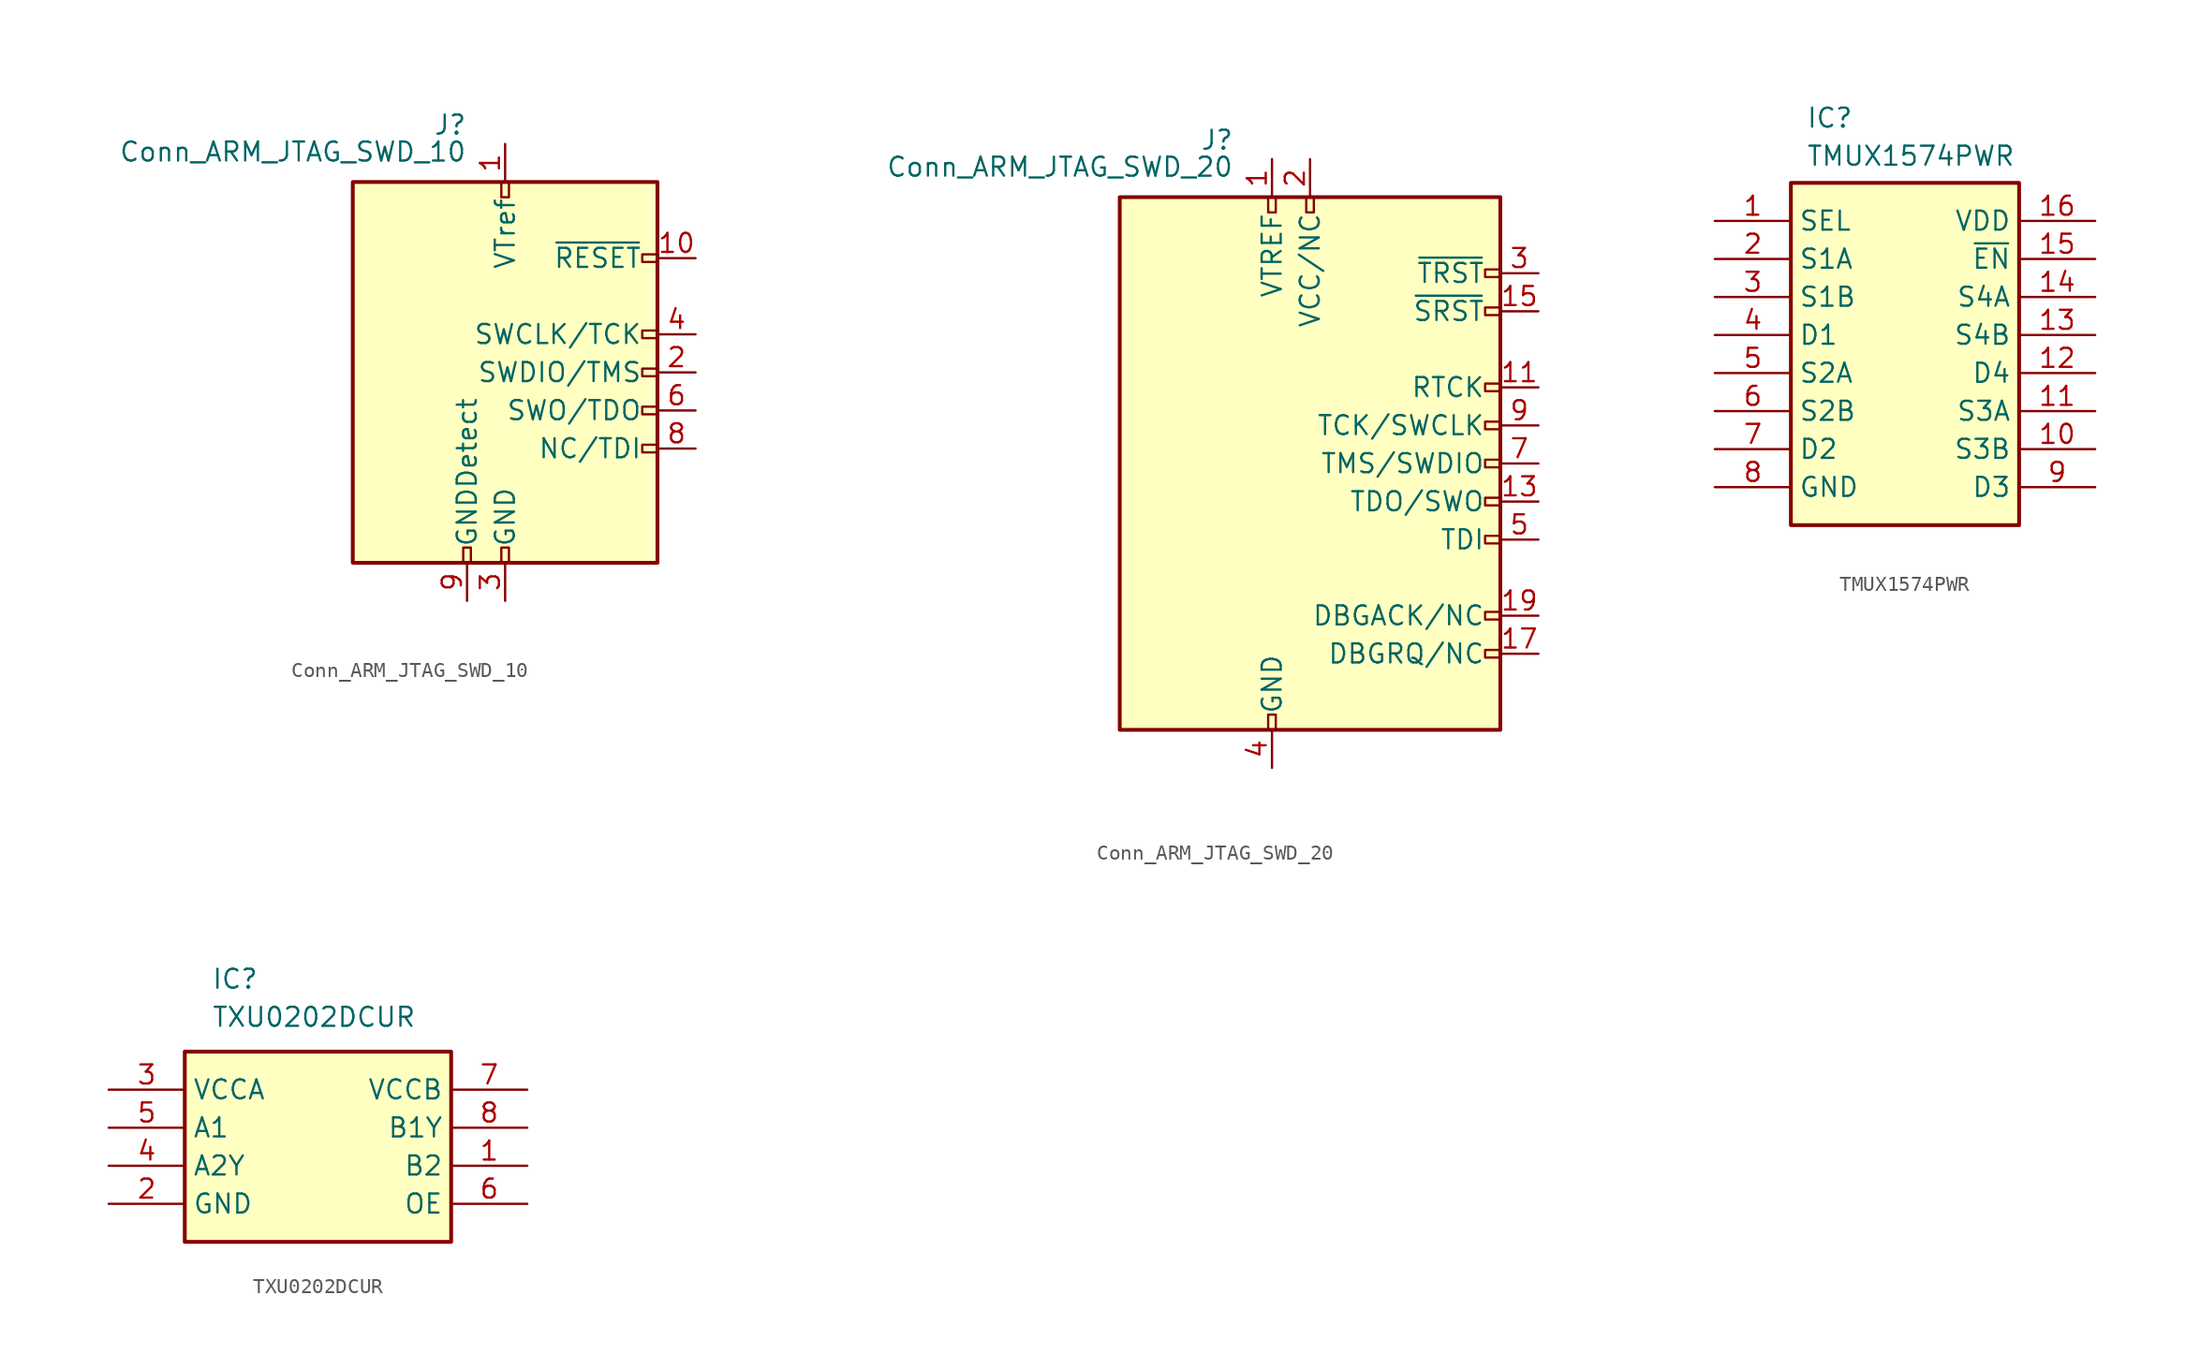
<source format=kicad_sym>
(kicad_symbol_lib
  (version 20241209)
  (generator "kicad_symbol_editor")
  (generator_version "9.0")
  (symbol "Conn_ARM_JTAG_SWD_10"
    (pin_names
      (offset 1.016))
    (property "Reference" "J"
      (at -2.54 16.51 0)
      (effects (font (size 1.27 1.27)) (justify right)))
    (property "Value" "Conn_ARM_JTAG_SWD_10"
      (at -2.54 13.97 0)
      (effects (font (size 1.27 1.27)) (justify right bottom)))
    (symbol "Conn_ARM_JTAG_SWD_10_0_1"
      (rectangle (start -10.16 12.7) (end 10.16 -12.7) (stroke (width 0.254) (type default)) (fill (type background)))
      (rectangle (start -2.794 -12.7) (end -2.286 -11.684) (stroke (width 0) (type default)) (fill (type none)))
      (rectangle (start -0.254 12.7) (end 0.254 11.684) (stroke (width 0) (type default)) (fill (type none)))
      (rectangle (start -0.254 -12.7) (end 0.254 -11.684) (stroke (width 0) (type default)) (fill (type none)))
      (rectangle (start 9.144 2.286) (end 10.16 2.794) (stroke (width 0) (type default)) (fill (type none)))
      (rectangle (start 10.16 7.874) (end 9.144 7.366) (stroke (width 0) (type default)) (fill (type none)))
      (rectangle (start 10.16 -0.254) (end 9.144 0.254) (stroke (width 0) (type default)) (fill (type none)))
      (rectangle (start 10.16 -2.794) (end 9.144 -2.286) (stroke (width 0) (type default)) (fill (type none))))
    (symbol "Conn_ARM_JTAG_SWD_10_1_1"
      (rectangle (start 9.144 -5.334) (end 10.16 -4.826) (stroke (width 0) (type default)) (fill (type none)))
      (pin no_connect line (at -10.16 0 0) (length 2.54) (hide yes) (name "KEY" (effects (font (size 1.27 1.27)))) (number "7" (effects (font (size 1.27 1.27)))))
      (pin passive line (at -2.54 -15.24 90) (length 2.54) (name "GNDDetect" (effects (font (size 1.27 1.27)))) (number "9" (effects (font (size 1.27 1.27)))))
      (pin power_in line (at 0 15.24 270) (length 2.54) (name "VTref" (effects (font (size 1.27 1.27)))) (number "1" (effects (font (size 1.27 1.27)))))
      (pin power_in line (at 0 -15.24 90) (length 2.54) (name "GND" (effects (font (size 1.27 1.27)))) (number "3" (effects (font (size 1.27 1.27)))))
      (pin passive line (at 0 -15.24 90) (length 2.54) (hide yes) (name "GND" (effects (font (size 1.27 1.27)))) (number "5" (effects (font (size 1.27 1.27)))))
      (pin open_collector line (at 12.7 7.62 180) (length 2.54) (name "~{RESET}" (effects (font (size 1.27 1.27)))) (number "10" (effects (font (size 1.27 1.27)))))
      (pin output line (at 12.7 2.54 180) (length 2.54) (name "SWCLK/TCK" (effects (font (size 1.27 1.27)))) (number "4" (effects (font (size 1.27 1.27)))))
      (pin bidirectional line (at 12.7 0 180) (length 2.54) (name "SWDIO/TMS" (effects (font (size 1.27 1.27)))) (number "2" (effects (font (size 1.27 1.27)))))
      (pin input line (at 12.7 -2.54 180) (length 2.54) (name "SWO/TDO" (effects (font (size 1.27 1.27)))) (number "6" (effects (font (size 1.27 1.27)))))
      (pin output line (at 12.7 -5.08 180) (length 2.54) (name "NC/TDI" (effects (font (size 1.27 1.27)))) (number "8" (effects (font (size 1.27 1.27)))))))
  (symbol "Conn_ARM_JTAG_SWD_20"
    (pin_names
      (offset 1.016))
    (property "Reference" "J"
      (at -5.08 21.59 0)
      (effects (font (size 1.27 1.27)) (justify right)))
    (property "Value" "Conn_ARM_JTAG_SWD_20"
      (at -5.08 19.05 0)
      (effects (font (size 1.27 1.27)) (justify right bottom)))
    (symbol "Conn_ARM_JTAG_SWD_20_0_1"
      (rectangle (start -12.7 17.78) (end 12.7 -17.78) (stroke (width 0.254) (type default)) (fill (type background)))
      (rectangle (start -2.794 17.78) (end -2.286 16.764) (stroke (width 0) (type default)) (fill (type none)))
      (rectangle (start -2.794 -17.78) (end -2.286 -16.764) (stroke (width 0) (type default)) (fill (type none)))
      (rectangle (start -0.254 17.78) (end 0.254 16.764) (stroke (width 0) (type default)) (fill (type none)))
      (rectangle (start 11.684 2.286) (end 12.7 2.794) (stroke (width 0) (type default)) (fill (type none)))
      (rectangle (start 12.7 12.954) (end 11.684 12.446) (stroke (width 0) (type default)) (fill (type none)))
      (rectangle (start 12.7 10.414) (end 11.684 9.906) (stroke (width 0) (type default)) (fill (type none)))
      (rectangle (start 12.7 4.826) (end 11.684 5.334) (stroke (width 0) (type default)) (fill (type none)))
      (rectangle (start 12.7 -0.254) (end 11.684 0.254) (stroke (width 0) (type default)) (fill (type none)))
      (rectangle (start 12.7 -2.794) (end 11.684 -2.286) (stroke (width 0) (type default)) (fill (type none)))
      (rectangle (start 12.7 -9.906) (end 11.684 -10.414) (stroke (width 0) (type default)) (fill (type none)))
      (rectangle (start 12.7 -12.446) (end 11.684 -12.954) (stroke (width 0) (type default)) (fill (type none))))
    (symbol "Conn_ARM_JTAG_SWD_20_1_1"
      (rectangle (start 11.684 -5.334) (end 12.7 -4.826) (stroke (width 0) (type default)) (fill (type none)))
      (pin power_in line (at -2.54 20.32 270) (length 2.54) (name "VTREF" (effects (font (size 1.27 1.27)))) (number "1" (effects (font (size 1.27 1.27)))))
      (pin passive line (at -2.54 -20.32 90) (length 2.54) (hide yes) (name "GND" (effects (font (size 1.27 1.27)))) (number "10" (effects (font (size 1.27 1.27)))))
      (pin passive line (at -2.54 -20.32 90) (length 2.54) (hide yes) (name "GND" (effects (font (size 1.27 1.27)))) (number "12" (effects (font (size 1.27 1.27)))))
      (pin passive line (at -2.54 -20.32 90) (length 2.54) (hide yes) (name "GND" (effects (font (size 1.27 1.27)))) (number "14" (effects (font (size 1.27 1.27)))))
      (pin passive line (at -2.54 -20.32 90) (length 2.54) (hide yes) (name "GND" (effects (font (size 1.27 1.27)))) (number "16" (effects (font (size 1.27 1.27)))))
      (pin passive line (at -2.54 -20.32 90) (length 2.54) (hide yes) (name "GND" (effects (font (size 1.27 1.27)))) (number "18" (effects (font (size 1.27 1.27)))))
      (pin passive line (at -2.54 -20.32 90) (length 2.54) (hide yes) (name "GND" (effects (font (size 1.27 1.27)))) (number "20" (effects (font (size 1.27 1.27)))))
      (pin power_in line (at -2.54 -20.32 90) (length 2.54) (name "GND" (effects (font (size 1.27 1.27)))) (number "4" (effects (font (size 1.27 1.27)))))
      (pin passive line (at -2.54 -20.32 90) (length 2.54) (hide yes) (name "GND" (effects (font (size 1.27 1.27)))) (number "6" (effects (font (size 1.27 1.27)))))
      (pin passive line (at -2.54 -20.32 90) (length 2.54) (hide yes) (name "GND" (effects (font (size 1.27 1.27)))) (number "8" (effects (font (size 1.27 1.27)))))
      (pin power_in line (at 0 20.32 270) (length 2.54) (name "VCC/NC" (effects (font (size 1.27 1.27)))) (number "2" (effects (font (size 1.27 1.27)))))
      (pin output line (at 15.24 12.7 180) (length 2.54) (name "~{TRST}" (effects (font (size 1.27 1.27)))) (number "3" (effects (font (size 1.27 1.27)))))
      (pin bidirectional line (at 15.24 10.16 180) (length 2.54) (name "~{SRST}" (effects (font (size 1.27 1.27)))) (number "15" (effects (font (size 1.27 1.27)))))
      (pin input line (at 15.24 5.08 180) (length 2.54) (name "RTCK" (effects (font (size 1.27 1.27)))) (number "11" (effects (font (size 1.27 1.27)))))
      (pin output line (at 15.24 2.54 180) (length 2.54) (name "TCK/SWCLK" (effects (font (size 1.27 1.27)))) (number "9" (effects (font (size 1.27 1.27)))))
      (pin output line (at 15.24 0 180) (length 2.54) (name "TMS/SWDIO" (effects (font (size 1.27 1.27)))) (number "7" (effects (font (size 1.27 1.27)))))
      (pin input line (at 15.24 -2.54 180) (length 2.54) (name "TDO/SWO" (effects (font (size 1.27 1.27)))) (number "13" (effects (font (size 1.27 1.27)))))
      (pin output line (at 15.24 -5.08 180) (length 2.54) (name "TDI" (effects (font (size 1.27 1.27)))) (number "5" (effects (font (size 1.27 1.27)))))
      (pin input line (at 15.24 -10.16 180) (length 2.54) (name "DBGACK/NC" (effects (font (size 1.27 1.27)))) (number "19" (effects (font (size 1.27 1.27)))))
      (pin output line (at 15.24 -12.7 180) (length 2.54) (name "DBGRQ/NC" (effects (font (size 1.27 1.27)))) (number "17" (effects (font (size 1.27 1.27)))))))
  (symbol "TMUX1574PWR"
    (property "Reference" "IC"
      (at 6.096 7.62 0)
      (effects (font (size 1.27 1.27)) (justify left top)))
    (property "Value" "TMUX1574PWR"
      (at 6.096 5.08 0)
      (effects (font (size 1.27 1.27)) (justify left top)))
    (symbol "TMUX1574PWR_1_1"
      (rectangle (start 5.08 2.54) (end 20.32 -20.32) (stroke (width 0.254) (type default)) (fill (type background)))
      (pin passive line (at 0 0 0) (length 5.08) (name "SEL" (effects (font (size 1.27 1.27)))) (number "1" (effects (font (size 1.27 1.27)))))
      (pin passive line (at 0 -2.54 0) (length 5.08) (name "S1A" (effects (font (size 1.27 1.27)))) (number "2" (effects (font (size 1.27 1.27)))))
      (pin passive line (at 0 -5.08 0) (length 5.08) (name "S1B" (effects (font (size 1.27 1.27)))) (number "3" (effects (font (size 1.27 1.27)))))
      (pin passive line (at 0 -7.62 0) (length 5.08) (name "D1" (effects (font (size 1.27 1.27)))) (number "4" (effects (font (size 1.27 1.27)))))
      (pin passive line (at 0 -10.16 0) (length 5.08) (name "S2A" (effects (font (size 1.27 1.27)))) (number "5" (effects (font (size 1.27 1.27)))))
      (pin passive line (at 0 -12.7 0) (length 5.08) (name "S2B" (effects (font (size 1.27 1.27)))) (number "6" (effects (font (size 1.27 1.27)))))
      (pin passive line (at 0 -15.24 0) (length 5.08) (name "D2" (effects (font (size 1.27 1.27)))) (number "7" (effects (font (size 1.27 1.27)))))
      (pin passive line (at 0 -17.78 0) (length 5.08) (name "GND" (effects (font (size 1.27 1.27)))) (number "8" (effects (font (size 1.27 1.27)))))
      (pin passive line (at 25.4 0 180) (length 5.08) (name "VDD" (effects (font (size 1.27 1.27)))) (number "16" (effects (font (size 1.27 1.27)))))
      (pin passive line (at 25.4 -2.54 180) (length 5.08) (name "~{EN}" (effects (font (size 1.27 1.27)))) (number "15" (effects (font (size 1.27 1.27)))))
      (pin passive line (at 25.4 -5.08 180) (length 5.08) (name "S4A" (effects (font (size 1.27 1.27)))) (number "14" (effects (font (size 1.27 1.27)))))
      (pin passive line (at 25.4 -7.62 180) (length 5.08) (name "S4B" (effects (font (size 1.27 1.27)))) (number "13" (effects (font (size 1.27 1.27)))))
      (pin passive line (at 25.4 -10.16 180) (length 5.08) (name "D4" (effects (font (size 1.27 1.27)))) (number "12" (effects (font (size 1.27 1.27)))))
      (pin passive line (at 25.4 -12.7 180) (length 5.08) (name "S3A" (effects (font (size 1.27 1.27)))) (number "11" (effects (font (size 1.27 1.27)))))
      (pin passive line (at 25.4 -15.24 180) (length 5.08) (name "S3B" (effects (font (size 1.27 1.27)))) (number "10" (effects (font (size 1.27 1.27)))))
      (pin passive line (at 25.4 -17.78 180) (length 5.08) (name "D3" (effects (font (size 1.27 1.27)))) (number "9" (effects (font (size 1.27 1.27)))))))
  (symbol "TXU0202DCUR"
    (property "Reference" "IC"
      (at 6.858 8.128 0)
      (effects (font (size 1.27 1.27)) (justify left top)))
    (property "Value" "TXU0202DCUR"
      (at 6.858 5.588 0)
      (effects (font (size 1.27 1.27)) (justify left top)))
    (symbol "TXU0202DCUR_1_1"
      (rectangle (start 5.08 2.54) (end 22.86 -10.16) (stroke (width 0.254) (type default)) (fill (type background)))
      (pin power_in line (at 0 0 0) (length 5.08) (name "VCCA" (effects (font (size 1.27 1.27)))) (number "3" (effects (font (size 1.27 1.27)))))
      (pin input line (at 0 -2.54 0) (length 5.08) (name "A1" (effects (font (size 1.27 1.27)))) (number "5" (effects (font (size 1.27 1.27)))))
      (pin output line (at 0 -5.08 0) (length 5.08) (name "A2Y" (effects (font (size 1.27 1.27)))) (number "4" (effects (font (size 1.27 1.27)))))
      (pin power_in line (at 0 -7.62 0) (length 5.08) (name "GND" (effects (font (size 1.27 1.27)))) (number "2" (effects (font (size 1.27 1.27)))))
      (pin power_in line (at 27.94 0 180) (length 5.08) (name "VCCB" (effects (font (size 1.27 1.27)))) (number "7" (effects (font (size 1.27 1.27)))))
      (pin output line (at 27.94 -2.54 180) (length 5.08) (name "B1Y" (effects (font (size 1.27 1.27)))) (number "8" (effects (font (size 1.27 1.27)))))
      (pin input line (at 27.94 -5.08 180) (length 5.08) (name "B2" (effects (font (size 1.27 1.27)))) (number "1" (effects (font (size 1.27 1.27)))))
      (pin input line (at 27.94 -7.62 180) (length 5.08) (name "OE" (effects (font (size 1.27 1.27)))) (number "6" (effects (font (size 1.27 1.27))))))))
</source>
